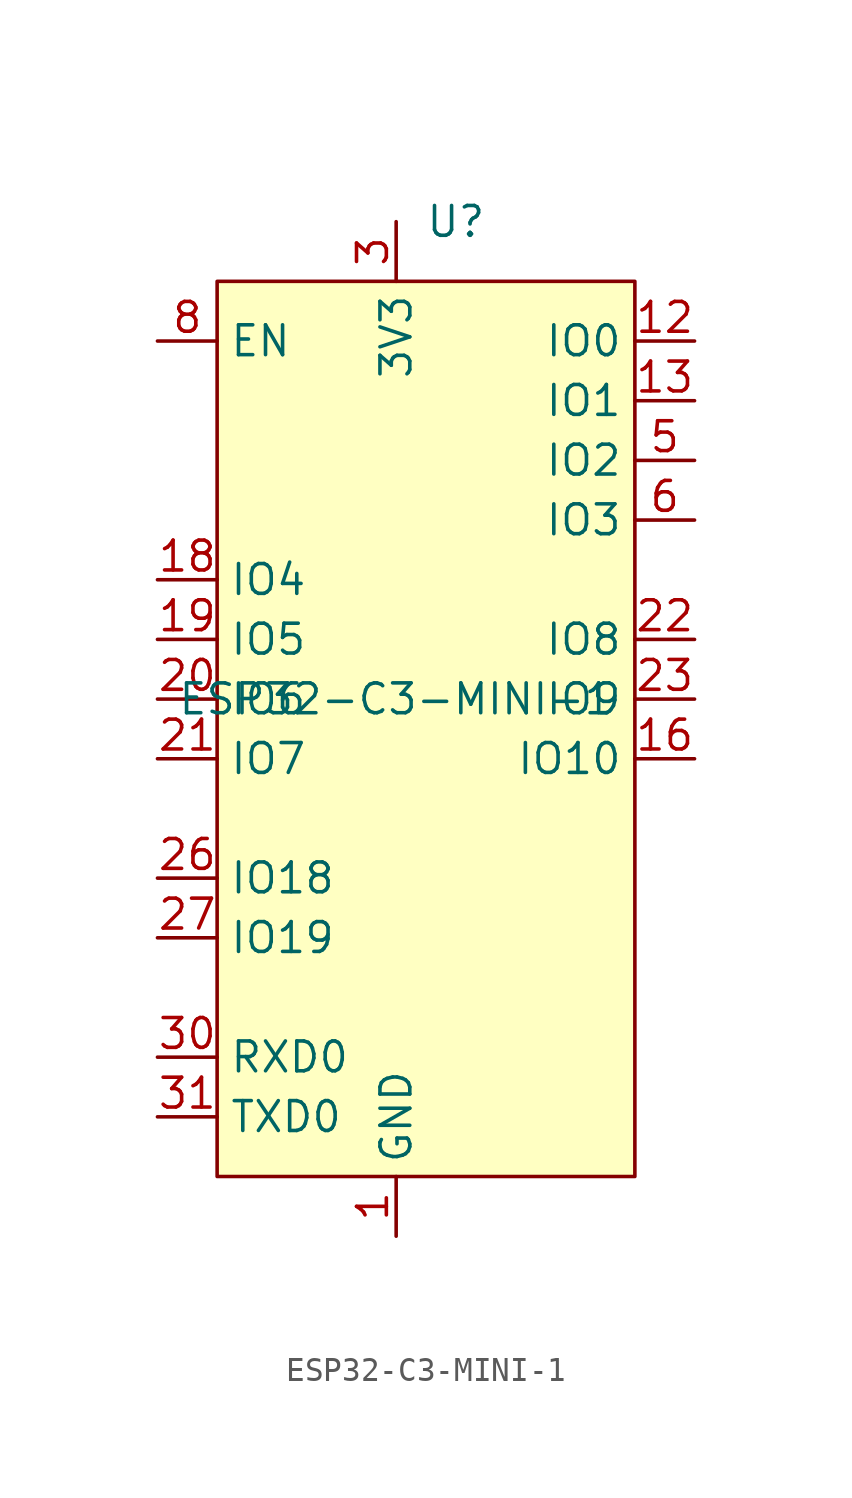
<source format=kicad_sym>
(kicad_symbol_lib
  (version 20220914)
  (generator kicad_symbol_editor)
  (symbol "ESP32-C3-MINI-1"
    (property "Reference" "U"
      (at 2.54 20.32 0)
      (effects (font (size 1.27 1.27))))
    (property "Value" "ESP32-C3-MINI-1"
      (at 0 0 0)
      (effects (font (size 1.27 1.27))))
    (symbol "ESP32-C3-MINI-1_0_0"
      (pin power_in line (at 0 -22.86 90) (length 2.54) (name "GND" (effects (font (size 1.27 1.27)))) (number "1" (effects (font (size 1.27 1.27)))))
      (pin power_in line (at 0 20.32 270) (length 2.54) (name "3V3" (effects (font (size 1.27 1.27)))) (number "3" (effects (font (size 1.27 1.27)))))
      (pin input line (at -10.16 15.24 0) (length 2.54) (name "EN" (effects (font (size 1.27 1.27)))) (number "8" (effects (font (size 1.27 1.27))))))
    (symbol "ESP32-C3-MINI-1_1_0"
      (pin no_connect line (at 2.54 -17.78 90) (length 2.54) hide (name "NC" (effects (font (size 1.27 1.27)))) (number "10" (effects (font (size 1.27 1.27)))))
      (pin passive line (at 0 -22.86 90) (length 2.54) hide (name "GND" (effects (font (size 1.27 1.27)))) (number "11" (effects (font (size 1.27 1.27)))))
      (pin bidirectional line (at 12.7 15.24 180) (length 2.54) (name "IO0" (effects (font (size 1.27 1.27)))) (number "12" (effects (font (size 1.27 1.27)))) (alternate "ADC1_CH0" bidirectional line) (alternate "GPIO0" bidirectional line) (alternate "XTAL_32K_P" bidirectional line))
      (pin bidirectional line (at 12.7 12.7 180) (length 2.54) (name "IO1" (effects (font (size 1.27 1.27)))) (number "13" (effects (font (size 1.27 1.27)))) (alternate "ADC1_CH1" input line) (alternate "GPIO1" bidirectional line) (alternate "XTAL_32K_N" bidirectional line))
      (pin passive line (at 0 -22.86 90) (length 2.54) hide (name "GND" (effects (font (size 1.27 1.27)))) (number "14" (effects (font (size 1.27 1.27)))))
      (pin no_connect line (at 2.54 -17.78 90) (length 2.54) hide (name "NC" (effects (font (size 1.27 1.27)))) (number "15" (effects (font (size 1.27 1.27)))))
      (pin bidirectional line (at 12.7 -2.54 180) (length 2.54) (name "IO10" (effects (font (size 1.27 1.27)))) (number "16" (effects (font (size 1.27 1.27)))) (alternate "FSPICS0" output line) (alternate "GPIO10" bidirectional line))
      (pin no_connect line (at 2.54 -17.78 90) (length 2.54) hide (name "NC" (effects (font (size 1.27 1.27)))) (number "17" (effects (font (size 1.27 1.27)))))
      (pin bidirectional line (at -10.16 5.08 0) (length 2.54) (name "IO4" (effects (font (size 1.27 1.27)))) (number "18" (effects (font (size 1.27 1.27)))) (alternate "ADC1_CH4" bidirectional line) (alternate "FSPIHD" bidirectional line) (alternate "GPIO4" bidirectional line) (alternate "MTMS" bidirectional line))
      (pin bidirectional line (at -10.16 2.54 0) (length 2.54) (name "IO5" (effects (font (size 1.27 1.27)))) (number "19" (effects (font (size 1.27 1.27)))) (alternate "ADC2_CH0" input line) (alternate "FSPIWP" bidirectional line) (alternate "GPIO5" bidirectional line) (alternate "MTDI" input line))
      (pin passive line (at 0 -22.86 90) (length 2.54) hide (name "GND" (effects (font (size 1.27 1.27)))) (number "2" (effects (font (size 1.27 1.27)))))
      (pin bidirectional line (at -10.16 0 0) (length 2.54) (name "IO6" (effects (font (size 1.27 1.27)))) (number "20" (effects (font (size 1.27 1.27)))) (alternate "FSPICLK" bidirectional line) (alternate "GPIO6" bidirectional line) (alternate "MTCK" bidirectional line))
      (pin bidirectional line (at -10.16 -2.54 0) (length 2.54) (name "IO7" (effects (font (size 1.27 1.27)))) (number "21" (effects (font (size 1.27 1.27)))) (alternate "FSPID" bidirectional line) (alternate "GPIO7" bidirectional line) (alternate "MTDO" output line))
      (pin bidirectional line (at 12.7 2.54 180) (length 2.54) (name "IO8" (effects (font (size 1.27 1.27)))) (number "22" (effects (font (size 1.27 1.27)))) (alternate "GPIO8" bidirectional line))
      (pin bidirectional line (at 12.7 0 180) (length 2.54) (name "IO9" (effects (font (size 1.27 1.27)))) (number "23" (effects (font (size 1.27 1.27)))) (alternate "GPIO9" bidirectional line))
      (pin no_connect line (at 2.54 -17.78 90) (length 2.54) hide (name "NC" (effects (font (size 1.27 1.27)))) (number "24" (effects (font (size 1.27 1.27)))))
      (pin no_connect line (at 2.54 -17.78 90) (length 2.54) hide (name "NC" (effects (font (size 1.27 1.27)))) (number "25" (effects (font (size 1.27 1.27)))))
      (pin bidirectional line (at -10.16 -7.62 0) (length 2.54) (name "IO18" (effects (font (size 1.27 1.27)))) (number "26" (effects (font (size 1.27 1.27)))) (alternate "GPIO18" bidirectional line) (alternate "USB_D-" bidirectional line))
      (pin bidirectional line (at -10.16 -10.16 0) (length 2.54) (name "IO19" (effects (font (size 1.27 1.27)))) (number "27" (effects (font (size 1.27 1.27)))) (alternate "GPIO19" bidirectional line) (alternate "USB_D+" bidirectional line))
      (pin no_connect line (at 2.54 -17.78 90) (length 2.54) hide (name "NC" (effects (font (size 1.27 1.27)))) (number "28" (effects (font (size 1.27 1.27)))))
      (pin no_connect line (at 2.54 -17.78 90) (length 2.54) hide (name "NC" (effects (font (size 1.27 1.27)))) (number "29" (effects (font (size 1.27 1.27)))))
      (pin input line (at -10.16 -15.24 0) (length 2.54) (name "RXD0" (effects (font (size 1.27 1.27)))) (number "30" (effects (font (size 1.27 1.27)))) (alternate "GPIO20" bidirectional line) (alternate "U0RXD" input line))
      (pin output line (at -10.16 -17.78 0) (length 2.54) (name "TXD0" (effects (font (size 1.27 1.27)))) (number "31" (effects (font (size 1.27 1.27)))) (alternate "GPIO21" bidirectional line) (alternate "U0TXD" output line))
      (pin no_connect line (at 2.54 -17.78 90) (length 2.54) hide (name "NC" (effects (font (size 1.27 1.27)))) (number "32" (effects (font (size 1.27 1.27)))))
      (pin no_connect line (at 2.54 -17.78 90) (length 2.54) hide (name "NC" (effects (font (size 1.27 1.27)))) (number "33" (effects (font (size 1.27 1.27)))))
      (pin no_connect line (at 2.54 -17.78 90) (length 2.54) hide (name "NC" (effects (font (size 1.27 1.27)))) (number "34" (effects (font (size 1.27 1.27)))))
      (pin no_connect line (at 2.54 -17.78 90) (length 2.54) hide (name "NC" (effects (font (size 1.27 1.27)))) (number "35" (effects (font (size 1.27 1.27)))))
      (pin passive line (at 0 -22.86 90) (length 2.54) hide (name "GND" (effects (font (size 1.27 1.27)))) (number "36" (effects (font (size 1.27 1.27)))))
      (pin passive line (at 0 -22.86 90) (length 2.54) hide (name "GND" (effects (font (size 1.27 1.27)))) (number "37" (effects (font (size 1.27 1.27)))))
      (pin passive line (at 0 -22.86 90) (length 2.54) hide (name "GND" (effects (font (size 1.27 1.27)))) (number "38" (effects (font (size 1.27 1.27)))))
      (pin passive line (at 0 -22.86 90) (length 2.54) hide (name "GND" (effects (font (size 1.27 1.27)))) (number "39" (effects (font (size 1.27 1.27)))))
      (pin no_connect line (at 2.54 -17.78 90) (length 2.54) hide (name "NC" (effects (font (size 1.27 1.27)))) (number "4" (effects (font (size 1.27 1.27)))))
      (pin passive line (at 0 -22.86 90) (length 2.54) hide (name "GND" (effects (font (size 1.27 1.27)))) (number "40" (effects (font (size 1.27 1.27)))))
      (pin passive line (at 0 -22.86 90) (length 2.54) hide (name "GND" (effects (font (size 1.27 1.27)))) (number "41" (effects (font (size 1.27 1.27)))))
      (pin passive line (at 0 -22.86 90) (length 2.54) hide (name "GND" (effects (font (size 1.27 1.27)))) (number "42" (effects (font (size 1.27 1.27)))))
      (pin passive line (at 0 -22.86 90) (length 2.54) hide (name "GND" (effects (font (size 1.27 1.27)))) (number "43" (effects (font (size 1.27 1.27)))))
      (pin passive line (at 0 -22.86 90) (length 2.54) hide (name "GND" (effects (font (size 1.27 1.27)))) (number "44" (effects (font (size 1.27 1.27)))))
      (pin passive line (at 0 -22.86 90) (length 2.54) hide (name "GND" (effects (font (size 1.27 1.27)))) (number "45" (effects (font (size 1.27 1.27)))))
      (pin passive line (at 0 -22.86 90) (length 2.54) hide (name "GND" (effects (font (size 1.27 1.27)))) (number "46" (effects (font (size 1.27 1.27)))))
      (pin passive line (at 0 -22.86 90) (length 2.54) hide (name "GND" (effects (font (size 1.27 1.27)))) (number "47" (effects (font (size 1.27 1.27)))))
      (pin passive line (at 0 -22.86 90) (length 2.54) hide (name "GND" (effects (font (size 1.27 1.27)))) (number "48" (effects (font (size 1.27 1.27)))))
      (pin passive line (at 0 -22.86 90) (length 2.54) hide (name "GND" (effects (font (size 1.27 1.27)))) (number "49" (effects (font (size 1.27 1.27)))))
      (pin bidirectional line (at 12.7 10.16 180) (length 2.54) (name "IO2" (effects (font (size 1.27 1.27)))) (number "5" (effects (font (size 1.27 1.27)))) (alternate "ADC1_CH2" input line) (alternate "FSPIQ" bidirectional line) (alternate "GPIO2" bidirectional line))
      (pin passive line (at 0 -22.86 90) (length 2.54) hide (name "GND" (effects (font (size 1.27 1.27)))) (number "50" (effects (font (size 1.27 1.27)))))
      (pin passive line (at 0 -22.86 90) (length 2.54) hide (name "GND" (effects (font (size 1.27 1.27)))) (number "51" (effects (font (size 1.27 1.27)))))
      (pin passive line (at 0 -22.86 90) (length 2.54) hide (name "GND" (effects (font (size 1.27 1.27)))) (number "52" (effects (font (size 1.27 1.27)))))
      (pin passive line (at 0 -22.86 90) (length 2.54) hide (name "GND" (effects (font (size 1.27 1.27)))) (number "53" (effects (font (size 1.27 1.27)))))
      (pin bidirectional line (at 12.7 7.62 180) (length 2.54) (name "IO3" (effects (font (size 1.27 1.27)))) (number "6" (effects (font (size 1.27 1.27)))) (alternate "ADC1_CH3" input line) (alternate "GPIO3" bidirectional line))
      (pin no_connect line (at 2.54 -17.78 90) (length 2.54) hide (name "NC" (effects (font (size 1.27 1.27)))) (number "7" (effects (font (size 1.27 1.27)))))
      (pin no_connect line (at 2.54 -17.78 90) (length 2.54) hide (name "NC" (effects (font (size 1.27 1.27)))) (number "9" (effects (font (size 1.27 1.27))))))
    (symbol "ESP32-C3-MINI-1_1_1"
      (rectangle (start -7.62 17.78) (end 10.16 -20.32) (stroke (width 0) (type default)) (fill (type background))))))
</source>
